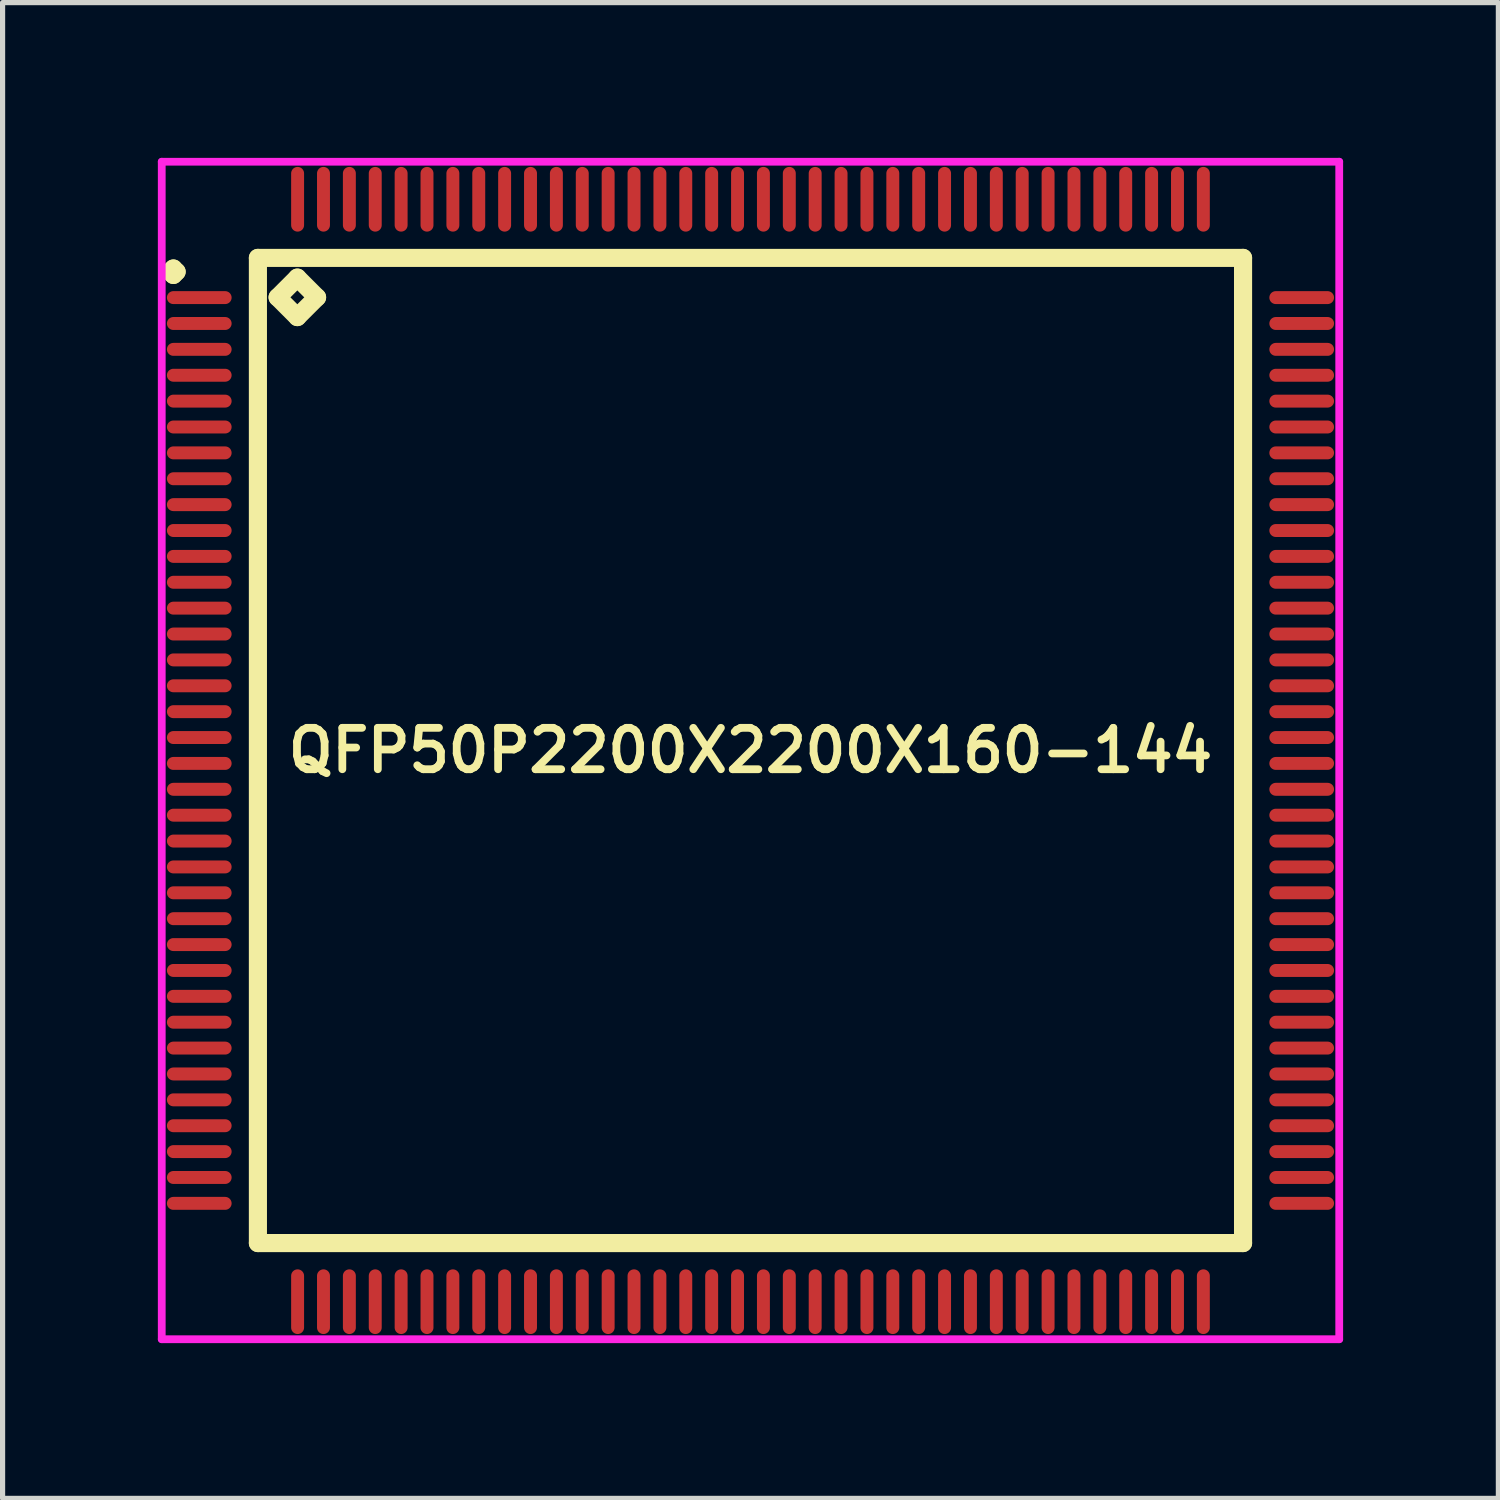
<source format=kicad_pcb>
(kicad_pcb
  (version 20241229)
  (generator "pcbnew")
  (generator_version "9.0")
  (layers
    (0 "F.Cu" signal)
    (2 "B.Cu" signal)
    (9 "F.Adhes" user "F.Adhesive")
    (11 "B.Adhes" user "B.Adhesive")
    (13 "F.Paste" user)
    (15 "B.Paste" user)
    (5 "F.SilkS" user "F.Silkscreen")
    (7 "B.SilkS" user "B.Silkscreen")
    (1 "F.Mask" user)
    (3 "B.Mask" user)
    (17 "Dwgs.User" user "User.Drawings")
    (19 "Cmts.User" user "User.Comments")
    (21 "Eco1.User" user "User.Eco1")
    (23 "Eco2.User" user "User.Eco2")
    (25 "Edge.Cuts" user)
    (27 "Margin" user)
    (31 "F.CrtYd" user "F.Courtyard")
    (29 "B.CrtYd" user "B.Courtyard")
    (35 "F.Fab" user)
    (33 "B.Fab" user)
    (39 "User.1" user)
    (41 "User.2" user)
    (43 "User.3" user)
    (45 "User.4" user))
  (footprint "QFP50P2200X2200X160-144"
    (layer "F.Cu")
    (at 11.45 11.45)
    (property "Reference" "QFP50P2200X2200X160-144" (at 0 0 0) (layer "F.SilkS") (effects (font (size 0.8 0.8) (thickness 0.15))))
    (attr smd)
    (fp_line (start -11.213 -9.25) (end -11.15 -9.312) (stroke (width 0.35) (type solid)) (layer "F.SilkS"))
    (fp_line (start -11.15 -9.312) (end -11.088 -9.25) (stroke (width 0.35) (type solid)) (layer "F.SilkS"))
    (fp_line (start -11.15 -9.188) (end -11.213 -9.25) (stroke (width 0.35) (type solid)) (layer "F.SilkS"))
    (fp_line (start -11.088 -9.25) (end -11.15 -9.188) (stroke (width 0.35) (type solid)) (layer "F.SilkS"))
    (fp_line (start -9.517 -9.517) (end -9.517 9.517) (stroke (width 0.35) (type solid)) (layer "F.SilkS"))
    (fp_line (start -9.517 9.517) (end 9.517 9.517) (stroke (width 0.35) (type solid)) (layer "F.SilkS"))
    (fp_line (start -9.136 -8.755) (end -8.755 -9.136) (stroke (width 0.35) (type solid)) (layer "F.SilkS"))
    (fp_line (start -8.755 -9.136) (end -8.374 -8.755) (stroke (width 0.35) (type solid)) (layer "F.SilkS"))
    (fp_line (start -8.755 -8.374) (end -9.136 -8.755) (stroke (width 0.35) (type solid)) (layer "F.SilkS"))
    (fp_line (start -8.374 -8.755) (end -8.755 -8.374) (stroke (width 0.35) (type solid)) (layer "F.SilkS"))
    (fp_line (start 9.517 -9.517) (end -9.517 -9.517) (stroke (width 0.35) (type solid)) (layer "F.SilkS"))
    (fp_line (start 9.517 9.517) (end 9.517 -9.517) (stroke (width 0.35) (type solid)) (layer "F.SilkS"))
    (fp_line (start -11.375 -11.375) (end 11.375 -11.375) (stroke (width 0.15) (type solid)) (layer "F.CrtYd"))
    (fp_line (start -11.375 11.375) (end -11.375 -11.375) (stroke (width 0.15) (type solid)) (layer "F.CrtYd"))
    (fp_line (start 11.375 -11.375) (end 11.375 11.375) (stroke (width 0.15) (type solid)) (layer "F.CrtYd"))
    (fp_line (start 11.375 11.375) (end -11.375 11.375) (stroke (width 0.15) (type solid)) (layer "F.CrtYd"))
    (pad "1" smd oval (at -10.65 -8.75) (size 1.25 0.25) (layers "F.Cu" "F.Mask" "F.Paste"))
    (pad "2" smd oval (at -10.65 -8.25) (size 1.25 0.25) (layers "F.Cu" "F.Mask" "F.Paste"))
    (pad "3" smd oval (at -10.65 -7.75) (size 1.25 0.25) (layers "F.Cu" "F.Mask" "F.Paste"))
    (pad "4" smd oval (at -10.65 -7.25) (size 1.25 0.25) (layers "F.Cu" "F.Mask" "F.Paste"))
    (pad "5" smd oval (at -10.65 -6.75) (size 1.25 0.25) (layers "F.Cu" "F.Mask" "F.Paste"))
    (pad "6" smd oval (at -10.65 -6.25) (size 1.25 0.25) (layers "F.Cu" "F.Mask" "F.Paste"))
    (pad "7" smd oval (at -10.65 -5.75) (size 1.25 0.25) (layers "F.Cu" "F.Mask" "F.Paste"))
    (pad "8" smd oval (at -10.65 -5.25) (size 1.25 0.25) (layers "F.Cu" "F.Mask" "F.Paste"))
    (pad "9" smd oval (at -10.65 -4.75) (size 1.25 0.25) (layers "F.Cu" "F.Mask" "F.Paste"))
    (pad "10" smd oval (at -10.65 -4.25) (size 1.25 0.25) (layers "F.Cu" "F.Mask" "F.Paste"))
    (pad "11" smd oval (at -10.65 -3.75) (size 1.25 0.25) (layers "F.Cu" "F.Mask" "F.Paste"))
    (pad "12" smd oval (at -10.65 -3.25) (size 1.25 0.25) (layers "F.Cu" "F.Mask" "F.Paste"))
    (pad "13" smd oval (at -10.65 -2.75) (size 1.25 0.25) (layers "F.Cu" "F.Mask" "F.Paste"))
    (pad "14" smd oval (at -10.65 -2.25) (size 1.25 0.25) (layers "F.Cu" "F.Mask" "F.Paste"))
    (pad "15" smd oval (at -10.65 -1.75) (size 1.25 0.25) (layers "F.Cu" "F.Mask" "F.Paste"))
    (pad "16" smd oval (at -10.65 -1.25) (size 1.25 0.25) (layers "F.Cu" "F.Mask" "F.Paste"))
    (pad "17" smd oval (at -10.65 -0.75) (size 1.25 0.25) (layers "F.Cu" "F.Mask" "F.Paste"))
    (pad "18" smd oval (at -10.65 -0.25) (size 1.25 0.25) (layers "F.Cu" "F.Mask" "F.Paste"))
    (pad "19" smd oval (at -10.65 0.25) (size 1.25 0.25) (layers "F.Cu" "F.Mask" "F.Paste"))
    (pad "20" smd oval (at -10.65 0.75) (size 1.25 0.25) (layers "F.Cu" "F.Mask" "F.Paste"))
    (pad "21" smd oval (at -10.65 1.25) (size 1.25 0.25) (layers "F.Cu" "F.Mask" "F.Paste"))
    (pad "22" smd oval (at -10.65 1.75) (size 1.25 0.25) (layers "F.Cu" "F.Mask" "F.Paste"))
    (pad "23" smd oval (at -10.65 2.25) (size 1.25 0.25) (layers "F.Cu" "F.Mask" "F.Paste"))
    (pad "24" smd oval (at -10.65 2.75) (size 1.25 0.25) (layers "F.Cu" "F.Mask" "F.Paste"))
    (pad "25" smd oval (at -10.65 3.25) (size 1.25 0.25) (layers "F.Cu" "F.Mask" "F.Paste"))
    (pad "26" smd oval (at -10.65 3.75) (size 1.25 0.25) (layers "F.Cu" "F.Mask" "F.Paste"))
    (pad "27" smd oval (at -10.65 4.25) (size 1.25 0.25) (layers "F.Cu" "F.Mask" "F.Paste"))
    (pad "28" smd oval (at -10.65 4.75) (size 1.25 0.25) (layers "F.Cu" "F.Mask" "F.Paste"))
    (pad "29" smd oval (at -10.65 5.25) (size 1.25 0.25) (layers "F.Cu" "F.Mask" "F.Paste"))
    (pad "30" smd oval (at -10.65 5.75) (size 1.25 0.25) (layers "F.Cu" "F.Mask" "F.Paste"))
    (pad "31" smd oval (at -10.65 6.25) (size 1.25 0.25) (layers "F.Cu" "F.Mask" "F.Paste"))
    (pad "32" smd oval (at -10.65 6.75) (size 1.25 0.25) (layers "F.Cu" "F.Mask" "F.Paste"))
    (pad "33" smd oval (at -10.65 7.25) (size 1.25 0.25) (layers "F.Cu" "F.Mask" "F.Paste"))
    (pad "34" smd oval (at -10.65 7.75) (size 1.25 0.25) (layers "F.Cu" "F.Mask" "F.Paste"))
    (pad "35" smd oval (at -10.65 8.25) (size 1.25 0.25) (layers "F.Cu" "F.Mask" "F.Paste"))
    (pad "36" smd oval (at -10.65 8.75) (size 1.25 0.25) (layers "F.Cu" "F.Mask" "F.Paste"))
    (pad "37" smd oval (at -8.75 10.65) (size 0.25 1.25) (layers "F.Cu" "F.Mask" "F.Paste"))
    (pad "38" smd oval (at -8.25 10.65) (size 0.25 1.25) (layers "F.Cu" "F.Mask" "F.Paste"))
    (pad "39" smd oval (at -7.75 10.65) (size 0.25 1.25) (layers "F.Cu" "F.Mask" "F.Paste"))
    (pad "40" smd oval (at -7.25 10.65) (size 0.25 1.25) (layers "F.Cu" "F.Mask" "F.Paste"))
    (pad "41" smd oval (at -6.75 10.65) (size 0.25 1.25) (layers "F.Cu" "F.Mask" "F.Paste"))
    (pad "42" smd oval (at -6.25 10.65) (size 0.25 1.25) (layers "F.Cu" "F.Mask" "F.Paste"))
    (pad "43" smd oval (at -5.75 10.65) (size 0.25 1.25) (layers "F.Cu" "F.Mask" "F.Paste"))
    (pad "44" smd oval (at -5.25 10.65) (size 0.25 1.25) (layers "F.Cu" "F.Mask" "F.Paste"))
    (pad "45" smd oval (at -4.75 10.65) (size 0.25 1.25) (layers "F.Cu" "F.Mask" "F.Paste"))
    (pad "46" smd oval (at -4.25 10.65) (size 0.25 1.25) (layers "F.Cu" "F.Mask" "F.Paste"))
    (pad "47" smd oval (at -3.75 10.65) (size 0.25 1.25) (layers "F.Cu" "F.Mask" "F.Paste"))
    (pad "48" smd oval (at -3.25 10.65) (size 0.25 1.25) (layers "F.Cu" "F.Mask" "F.Paste"))
    (pad "49" smd oval (at -2.75 10.65) (size 0.25 1.25) (layers "F.Cu" "F.Mask" "F.Paste"))
    (pad "50" smd oval (at -2.25 10.65) (size 0.25 1.25) (layers "F.Cu" "F.Mask" "F.Paste"))
    (pad "51" smd oval (at -1.75 10.65) (size 0.25 1.25) (layers "F.Cu" "F.Mask" "F.Paste"))
    (pad "52" smd oval (at -1.25 10.65) (size 0.25 1.25) (layers "F.Cu" "F.Mask" "F.Paste"))
    (pad "53" smd oval (at -0.75 10.65) (size 0.25 1.25) (layers "F.Cu" "F.Mask" "F.Paste"))
    (pad "54" smd oval (at -0.25 10.65) (size 0.25 1.25) (layers "F.Cu" "F.Mask" "F.Paste"))
    (pad "55" smd oval (at 0.25 10.65) (size 0.25 1.25) (layers "F.Cu" "F.Mask" "F.Paste"))
    (pad "56" smd oval (at 0.75 10.65) (size 0.25 1.25) (layers "F.Cu" "F.Mask" "F.Paste"))
    (pad "57" smd oval (at 1.25 10.65) (size 0.25 1.25) (layers "F.Cu" "F.Mask" "F.Paste"))
    (pad "58" smd oval (at 1.75 10.65) (size 0.25 1.25) (layers "F.Cu" "F.Mask" "F.Paste"))
    (pad "59" smd oval (at 2.25 10.65) (size 0.25 1.25) (layers "F.Cu" "F.Mask" "F.Paste"))
    (pad "60" smd oval (at 2.75 10.65) (size 0.25 1.25) (layers "F.Cu" "F.Mask" "F.Paste"))
    (pad "61" smd oval (at 3.25 10.65) (size 0.25 1.25) (layers "F.Cu" "F.Mask" "F.Paste"))
    (pad "62" smd oval (at 3.75 10.65) (size 0.25 1.25) (layers "F.Cu" "F.Mask" "F.Paste"))
    (pad "63" smd oval (at 4.25 10.65) (size 0.25 1.25) (layers "F.Cu" "F.Mask" "F.Paste"))
    (pad "64" smd oval (at 4.75 10.65) (size 0.25 1.25) (layers "F.Cu" "F.Mask" "F.Paste"))
    (pad "65" smd oval (at 5.25 10.65) (size 0.25 1.25) (layers "F.Cu" "F.Mask" "F.Paste"))
    (pad "66" smd oval (at 5.75 10.65) (size 0.25 1.25) (layers "F.Cu" "F.Mask" "F.Paste"))
    (pad "67" smd oval (at 6.25 10.65) (size 0.25 1.25) (layers "F.Cu" "F.Mask" "F.Paste"))
    (pad "68" smd oval (at 6.75 10.65) (size 0.25 1.25) (layers "F.Cu" "F.Mask" "F.Paste"))
    (pad "69" smd oval (at 7.25 10.65) (size 0.25 1.25) (layers "F.Cu" "F.Mask" "F.Paste"))
    (pad "70" smd oval (at 7.75 10.65) (size 0.25 1.25) (layers "F.Cu" "F.Mask" "F.Paste"))
    (pad "71" smd oval (at 8.25 10.65) (size 0.25 1.25) (layers "F.Cu" "F.Mask" "F.Paste"))
    (pad "72" smd oval (at 8.75 10.65) (size 0.25 1.25) (layers "F.Cu" "F.Mask" "F.Paste"))
    (pad "73" smd oval (at 10.65 8.75) (size 1.25 0.25) (layers "F.Cu" "F.Mask" "F.Paste"))
    (pad "74" smd oval (at 10.65 8.25) (size 1.25 0.25) (layers "F.Cu" "F.Mask" "F.Paste"))
    (pad "75" smd oval (at 10.65 7.75) (size 1.25 0.25) (layers "F.Cu" "F.Mask" "F.Paste"))
    (pad "76" smd oval (at 10.65 7.25) (size 1.25 0.25) (layers "F.Cu" "F.Mask" "F.Paste"))
    (pad "77" smd oval (at 10.65 6.75) (size 1.25 0.25) (layers "F.Cu" "F.Mask" "F.Paste"))
    (pad "78" smd oval (at 10.65 6.25) (size 1.25 0.25) (layers "F.Cu" "F.Mask" "F.Paste"))
    (pad "79" smd oval (at 10.65 5.75) (size 1.25 0.25) (layers "F.Cu" "F.Mask" "F.Paste"))
    (pad "80" smd oval (at 10.65 5.25) (size 1.25 0.25) (layers "F.Cu" "F.Mask" "F.Paste"))
    (pad "81" smd oval (at 10.65 4.75) (size 1.25 0.25) (layers "F.Cu" "F.Mask" "F.Paste"))
    (pad "82" smd oval (at 10.65 4.25) (size 1.25 0.25) (layers "F.Cu" "F.Mask" "F.Paste"))
    (pad "83" smd oval (at 10.65 3.75) (size 1.25 0.25) (layers "F.Cu" "F.Mask" "F.Paste"))
    (pad "84" smd oval (at 10.65 3.25) (size 1.25 0.25) (layers "F.Cu" "F.Mask" "F.Paste"))
    (pad "85" smd oval (at 10.65 2.75) (size 1.25 0.25) (layers "F.Cu" "F.Mask" "F.Paste"))
    (pad "86" smd oval (at 10.65 2.25) (size 1.25 0.25) (layers "F.Cu" "F.Mask" "F.Paste"))
    (pad "87" smd oval (at 10.65 1.75) (size 1.25 0.25) (layers "F.Cu" "F.Mask" "F.Paste"))
    (pad "88" smd oval (at 10.65 1.25) (size 1.25 0.25) (layers "F.Cu" "F.Mask" "F.Paste"))
    (pad "89" smd oval (at 10.65 0.75) (size 1.25 0.25) (layers "F.Cu" "F.Mask" "F.Paste"))
    (pad "90" smd oval (at 10.65 0.25) (size 1.25 0.25) (layers "F.Cu" "F.Mask" "F.Paste"))
    (pad "91" smd oval (at 10.65 -0.25) (size 1.25 0.25) (layers "F.Cu" "F.Mask" "F.Paste"))
    (pad "92" smd oval (at 10.65 -0.75) (size 1.25 0.25) (layers "F.Cu" "F.Mask" "F.Paste"))
    (pad "93" smd oval (at 10.65 -1.25) (size 1.25 0.25) (layers "F.Cu" "F.Mask" "F.Paste"))
    (pad "94" smd oval (at 10.65 -1.75) (size 1.25 0.25) (layers "F.Cu" "F.Mask" "F.Paste"))
    (pad "95" smd oval (at 10.65 -2.25) (size 1.25 0.25) (layers "F.Cu" "F.Mask" "F.Paste"))
    (pad "96" smd oval (at 10.65 -2.75) (size 1.25 0.25) (layers "F.Cu" "F.Mask" "F.Paste"))
    (pad "97" smd oval (at 10.65 -3.25) (size 1.25 0.25) (layers "F.Cu" "F.Mask" "F.Paste"))
    (pad "98" smd oval (at 10.65 -3.75) (size 1.25 0.25) (layers "F.Cu" "F.Mask" "F.Paste"))
    (pad "99" smd oval (at 10.65 -4.25) (size 1.25 0.25) (layers "F.Cu" "F.Mask" "F.Paste"))
    (pad "100" smd oval (at 10.65 -4.75) (size 1.25 0.25) (layers "F.Cu" "F.Mask" "F.Paste"))
    (pad "101" smd oval (at 10.65 -5.25) (size 1.25 0.25) (layers "F.Cu" "F.Mask" "F.Paste"))
    (pad "102" smd oval (at 10.65 -5.75) (size 1.25 0.25) (layers "F.Cu" "F.Mask" "F.Paste"))
    (pad "103" smd oval (at 10.65 -6.25) (size 1.25 0.25) (layers "F.Cu" "F.Mask" "F.Paste"))
    (pad "104" smd oval (at 10.65 -6.75) (size 1.25 0.25) (layers "F.Cu" "F.Mask" "F.Paste"))
    (pad "105" smd oval (at 10.65 -7.25) (size 1.25 0.25) (layers "F.Cu" "F.Mask" "F.Paste"))
    (pad "106" smd oval (at 10.65 -7.75) (size 1.25 0.25) (layers "F.Cu" "F.Mask" "F.Paste"))
    (pad "107" smd oval (at 10.65 -8.25) (size 1.25 0.25) (layers "F.Cu" "F.Mask" "F.Paste"))
    (pad "108" smd oval (at 10.65 -8.75) (size 1.25 0.25) (layers "F.Cu" "F.Mask" "F.Paste"))
    (pad "109" smd oval (at 8.75 -10.65) (size 0.25 1.25) (layers "F.Cu" "F.Mask" "F.Paste"))
    (pad "110" smd oval (at 8.25 -10.65) (size 0.25 1.25) (layers "F.Cu" "F.Mask" "F.Paste"))
    (pad "111" smd oval (at 7.75 -10.65) (size 0.25 1.25) (layers "F.Cu" "F.Mask" "F.Paste"))
    (pad "112" smd oval (at 7.25 -10.65) (size 0.25 1.25) (layers "F.Cu" "F.Mask" "F.Paste"))
    (pad "113" smd oval (at 6.75 -10.65) (size 0.25 1.25) (layers "F.Cu" "F.Mask" "F.Paste"))
    (pad "114" smd oval (at 6.25 -10.65) (size 0.25 1.25) (layers "F.Cu" "F.Mask" "F.Paste"))
    (pad "115" smd oval (at 5.75 -10.65) (size 0.25 1.25) (layers "F.Cu" "F.Mask" "F.Paste"))
    (pad "116" smd oval (at 5.25 -10.65) (size 0.25 1.25) (layers "F.Cu" "F.Mask" "F.Paste"))
    (pad "117" smd oval (at 4.75 -10.65) (size 0.25 1.25) (layers "F.Cu" "F.Mask" "F.Paste"))
    (pad "118" smd oval (at 4.25 -10.65) (size 0.25 1.25) (layers "F.Cu" "F.Mask" "F.Paste"))
    (pad "119" smd oval (at 3.75 -10.65) (size 0.25 1.25) (layers "F.Cu" "F.Mask" "F.Paste"))
    (pad "120" smd oval (at 3.25 -10.65) (size 0.25 1.25) (layers "F.Cu" "F.Mask" "F.Paste"))
    (pad "121" smd oval (at 2.75 -10.65) (size 0.25 1.25) (layers "F.Cu" "F.Mask" "F.Paste"))
    (pad "122" smd oval (at 2.25 -10.65) (size 0.25 1.25) (layers "F.Cu" "F.Mask" "F.Paste"))
    (pad "123" smd oval (at 1.75 -10.65) (size 0.25 1.25) (layers "F.Cu" "F.Mask" "F.Paste"))
    (pad "124" smd oval (at 1.25 -10.65) (size 0.25 1.25) (layers "F.Cu" "F.Mask" "F.Paste"))
    (pad "125" smd oval (at 0.75 -10.65) (size 0.25 1.25) (layers "F.Cu" "F.Mask" "F.Paste"))
    (pad "126" smd oval (at 0.25 -10.65) (size 0.25 1.25) (layers "F.Cu" "F.Mask" "F.Paste"))
    (pad "127" smd oval (at -0.25 -10.65) (size 0.25 1.25) (layers "F.Cu" "F.Mask" "F.Paste"))
    (pad "128" smd oval (at -0.75 -10.65) (size 0.25 1.25) (layers "F.Cu" "F.Mask" "F.Paste"))
    (pad "129" smd oval (at -1.25 -10.65) (size 0.25 1.25) (layers "F.Cu" "F.Mask" "F.Paste"))
    (pad "130" smd oval (at -1.75 -10.65) (size 0.25 1.25) (layers "F.Cu" "F.Mask" "F.Paste"))
    (pad "131" smd oval (at -2.25 -10.65) (size 0.25 1.25) (layers "F.Cu" "F.Mask" "F.Paste"))
    (pad "132" smd oval (at -2.75 -10.65) (size 0.25 1.25) (layers "F.Cu" "F.Mask" "F.Paste"))
    (pad "133" smd oval (at -3.25 -10.65) (size 0.25 1.25) (layers "F.Cu" "F.Mask" "F.Paste"))
    (pad "134" smd oval (at -3.75 -10.65) (size 0.25 1.25) (layers "F.Cu" "F.Mask" "F.Paste"))
    (pad "135" smd oval (at -4.25 -10.65) (size 0.25 1.25) (layers "F.Cu" "F.Mask" "F.Paste"))
    (pad "136" smd oval (at -4.75 -10.65) (size 0.25 1.25) (layers "F.Cu" "F.Mask" "F.Paste"))
    (pad "137" smd oval (at -5.25 -10.65) (size 0.25 1.25) (layers "F.Cu" "F.Mask" "F.Paste"))
    (pad "138" smd oval (at -5.75 -10.65) (size 0.25 1.25) (layers "F.Cu" "F.Mask" "F.Paste"))
    (pad "139" smd oval (at -6.25 -10.65) (size 0.25 1.25) (layers "F.Cu" "F.Mask" "F.Paste"))
    (pad "140" smd oval (at -6.75 -10.65) (size 0.25 1.25) (layers "F.Cu" "F.Mask" "F.Paste"))
    (pad "141" smd oval (at -7.25 -10.65) (size 0.25 1.25) (layers "F.Cu" "F.Mask" "F.Paste"))
    (pad "142" smd oval (at -7.75 -10.65) (size 0.25 1.25) (layers "F.Cu" "F.Mask" "F.Paste"))
    (pad "143" smd oval (at -8.25 -10.65) (size 0.25 1.25) (layers "F.Cu" "F.Mask" "F.Paste"))
    (pad "144" smd oval (at -8.75 -10.65) (size 0.25 1.25) (layers "F.Cu" "F.Mask" "F.Paste")))
  (gr_rect
    (start -3 -3)
    (end 25.9 25.9)
    (stroke (width 0.1) (type default))
    (fill no)
    (layer "Edge.Cuts")))
</source>
